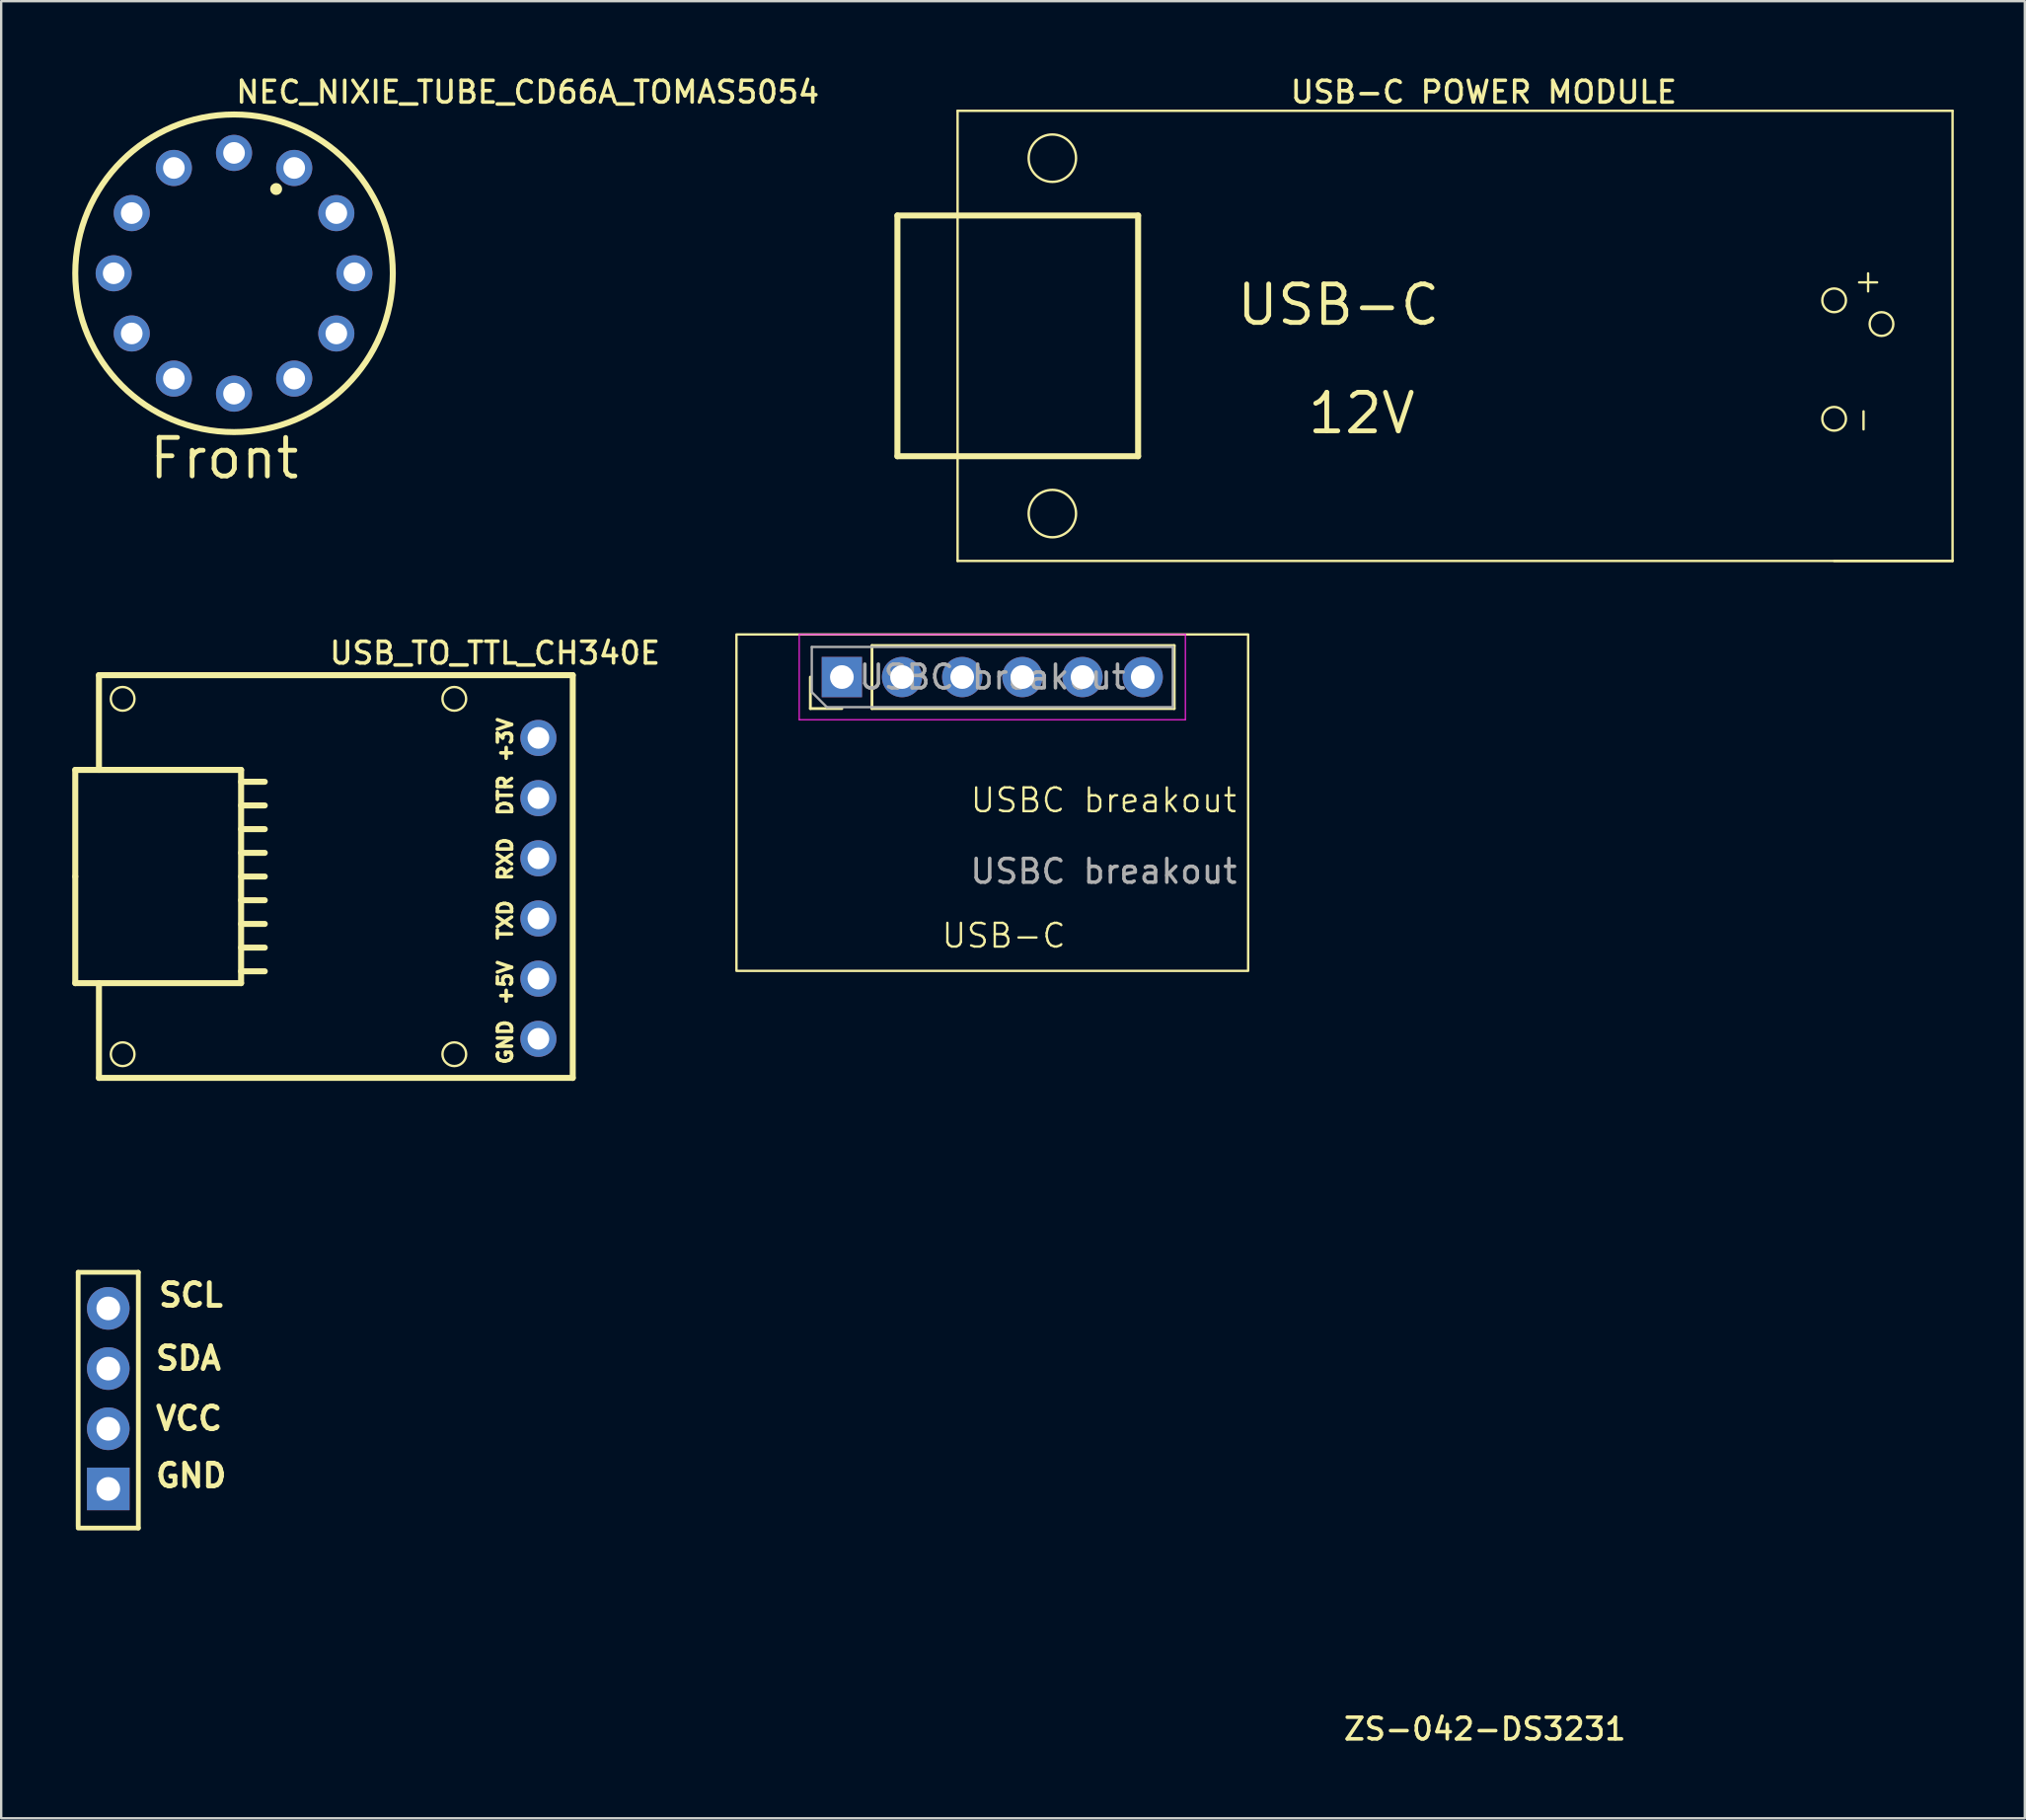
<source format=kicad_pcb>
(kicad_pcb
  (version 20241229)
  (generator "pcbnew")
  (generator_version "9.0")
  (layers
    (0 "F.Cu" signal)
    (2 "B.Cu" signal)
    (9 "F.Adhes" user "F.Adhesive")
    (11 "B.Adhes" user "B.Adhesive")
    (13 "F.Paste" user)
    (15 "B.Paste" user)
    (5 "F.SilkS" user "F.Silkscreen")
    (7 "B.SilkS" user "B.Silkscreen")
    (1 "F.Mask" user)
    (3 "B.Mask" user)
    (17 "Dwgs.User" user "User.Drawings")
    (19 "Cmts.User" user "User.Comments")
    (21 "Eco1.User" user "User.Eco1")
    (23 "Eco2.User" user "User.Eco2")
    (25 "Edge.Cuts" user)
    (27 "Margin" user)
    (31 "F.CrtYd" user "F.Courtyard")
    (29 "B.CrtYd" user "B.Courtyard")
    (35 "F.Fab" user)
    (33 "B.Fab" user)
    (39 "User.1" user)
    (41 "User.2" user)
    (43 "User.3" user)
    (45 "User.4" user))
  (footprint "USBC breakout"
    (layer "F.Cu")
    (at 43.537 31.226)
    (property "Reference" "USBC breakout" (at 0 -0.5 0) (unlocked yes) (layer "F.SilkS") (effects (font (size 1 1) (thickness 0.1))))
    (attr through_hole)
    (fp_line (start -12.38 -4.37) (end -12.38 -5.7) (stroke (width 0.12) (type solid)) (layer "F.SilkS"))
    (fp_line (start -11.05 -4.37) (end -12.38 -4.37) (stroke (width 0.12) (type solid)) (layer "F.SilkS"))
    (fp_line (start -9.78 -7.03) (end 2.98 -7.03) (stroke (width 0.12) (type solid)) (layer "F.SilkS"))
    (fp_line (start -9.78 -4.37) (end -9.78 -7.03) (stroke (width 0.12) (type solid)) (layer "F.SilkS"))
    (fp_line (start -9.78 -4.37) (end 2.98 -4.37) (stroke (width 0.12) (type solid)) (layer "F.SilkS"))
    (fp_line (start 2.98 -4.37) (end 2.98 -7.03) (stroke (width 0.12) (type solid)) (layer "F.SilkS"))
    (fp_rect (start -15.5 -7.5) (end 6.1 6.7) (stroke (width 0.1) (type default)) (fill no) (layer "F.SilkS"))
    (fp_line (start -12.85 -7.5) (end -12.85 -3.9) (stroke (width 0.05) (type solid)) (layer "F.CrtYd"))
    (fp_line (start -12.85 -3.9) (end 3.45 -3.9) (stroke (width 0.05) (type solid)) (layer "F.CrtYd"))
    (fp_line (start 3.45 -7.5) (end -12.85 -7.5) (stroke (width 0.05) (type solid)) (layer "F.CrtYd"))
    (fp_line (start 3.45 -3.9) (end 3.45 -7.5) (stroke (width 0.05) (type solid)) (layer "F.CrtYd"))
    (fp_line (start -12.32 -6.97) (end 2.92 -6.97) (stroke (width 0.1) (type solid)) (layer "F.Fab"))
    (fp_line (start -12.32 -5.065) (end -12.32 -6.97) (stroke (width 0.1) (type solid)) (layer "F.Fab"))
    (fp_line (start -11.685 -4.43) (end -12.32 -5.065) (stroke (width 0.1) (type solid)) (layer "F.Fab"))
    (fp_line (start 2.92 -6.97) (end 2.92 -4.43) (stroke (width 0.1) (type solid)) (layer "F.Fab"))
    (fp_line (start 2.92 -4.43) (end -11.685 -4.43) (stroke (width 0.1) (type solid)) (layer "F.Fab"))
    (fp_text user "USB-C" (at -6.9 5.8 0) (unlocked yes) (layer "F.SilkS") (effects (font (size 1 1) (thickness 0.1)) (justify left bottom)))
    (fp_text user "${REFERENCE}" (at -4.7 -5.7 180) (layer "F.Fab") (effects (font (size 1 1) (thickness 0.15))))
    (fp_text user "${REFERENCE}" (at 0 2.5 0) (unlocked yes) (layer "F.Fab") (effects (font (size 1 1) (thickness 0.15))))
    (pad "1" thru_hole rect (at -11.05 -5.7 90) (size 1.7 1.7) (drill 1) (layers "*.Cu" "*.Mask"))
    (pad "2" thru_hole oval (at -8.51 -5.7 90) (size 1.7 1.7) (drill 1) (layers "*.Cu" "*.Mask"))
    (pad "3" thru_hole oval (at -5.97 -5.7 90) (size 1.7 1.7) (drill 1) (layers "*.Cu" "*.Mask"))
    (pad "4" thru_hole oval (at -3.43 -5.7 90) (size 1.7 1.7) (drill 1) (layers "*.Cu" "*.Mask"))
    (pad "5" thru_hole oval (at -0.89 -5.7 90) (size 1.7 1.7) (drill 1) (layers "*.Cu" "*.Mask"))
    (pad "6" thru_hole oval (at 1.65 -5.7 90) (size 1.7 1.7) (drill 1) (layers "*.Cu" "*.Mask")))
  (footprint "ZS-042-DS3231"
    (layer "F.Cu")
    (at 0.25 45.822)
    (property "Reference" "ZS-042-DS3231" (at 53.34 24.638 0) (unlocked yes) (layer "F.SilkS") (effects (font (size 0.914 0.914) (thickness 0.152)) (justify left bottom)))
    (fp_line (start 0 15.557) (end 0 4.826) (stroke (width 0.201) (type default)) (layer "F.SilkS"))
    (fp_line (start 2.54 4.826) (end 0 4.826) (stroke (width 0.201) (type default)) (layer "F.SilkS"))
    (fp_line (start 2.54 15.621) (end 0 15.621) (stroke (width 0.201) (type default)) (layer "F.SilkS"))
    (fp_line (start 2.54 15.621) (end 2.54 4.826) (stroke (width 0.201) (type default)) (layer "F.SilkS"))
    (fp_text user "SDA" (at 3.175 9.017 0) (unlocked yes) (layer "F.SilkS") (effects (font (size 0.959 0.959) (thickness 0.203)) (justify left bottom)))
    (fp_text user "SCL" (at 3.302 6.35 0) (unlocked yes) (layer "F.SilkS") (effects (font (size 0.959 0.959) (thickness 0.203)) (justify left bottom)))
    (fp_text user "GND" (at 3.175 13.97 0) (unlocked yes) (layer "F.SilkS") (effects (font (size 0.959 0.959) (thickness 0.203)) (justify left bottom)))
    (fp_text user "VCC" (at 3.175 11.557 0) (unlocked yes) (layer "F.SilkS") (effects (font (size 0.959 0.959) (thickness 0.203)) (justify left bottom)))
    (pad "1" thru_hole oval (at 1.27 6.35 90) (size 1.8 1.8) (drill 1) (layers "*.Cu" "*.Mask"))
    (pad "2" thru_hole oval (at 1.27 8.89 90) (size 1.8 1.8) (drill 1) (layers "*.Cu" "*.Mask"))
    (pad "3" thru_hole oval (at 1.27 11.43 90) (size 1.8 1.8) (drill 1) (layers "*.Cu" "*.Mask"))
    (pad "4" thru_hole rect (at 1.27 13.97 90) (size 1.8 1.8) (drill 1) (layers "*.Cu" "*.Mask")))
  (footprint "NEC_NIXIE_TUBE_CD66A_TOMAS5054"
    (layer "F.Cu")
    (at 6.829 8.484)
    (property "Reference" "NEC_NIXIE_TUBE_CD66A_TOMAS5054" (at 0 -7.112 0) (unlocked yes) (layer "F.SilkS") (effects (font (size 0.914 0.914) (thickness 0.152)) (justify left bottom)))
    (fp_circle (center 0 0) (end 6.702 0) (stroke (width 0.254) (type default)) (fill no) (layer "F.SilkS"))
    (fp_circle (center 1.778 -3.556) (end 1.905 -3.556) (stroke (width 0.254) (type default)) (fill no) (layer "F.SilkS"))
    (fp_text user "Front" (at -3.683 8.763 0) (unlocked yes) (layer "F.SilkS") (effects (font (size 1.626 1.626) (thickness 0.203)) (justify left bottom)))
    (pad "(.)" thru_hole oval (at 4.318 -2.54 180) (size 1.524 1.524) (drill 0.914) (layers "*.Cu" "*.Mask"))
    (pad "0" thru_hole oval (at 0 -5.08 180) (size 1.524 1.524) (drill 0.914) (layers "*.Cu" "*.Mask"))
    (pad "1" thru_hole oval (at -2.54 -4.445 180) (size 1.524 1.524) (drill 0.914) (layers "*.Cu" "*.Mask"))
    (pad "2" thru_hole oval (at -4.318 -2.54 180) (size 1.524 1.524) (drill 0.914) (layers "*.Cu" "*.Mask"))
    (pad "3" thru_hole oval (at -5.08 0 180) (size 1.524 1.524) (drill 0.914) (layers "*.Cu" "*.Mask"))
    (pad "4" thru_hole oval (at -4.318 2.54 180) (size 1.524 1.524) (drill 0.914) (layers "*.Cu" "*.Mask"))
    (pad "5" thru_hole oval (at -2.54 4.445 180) (size 1.524 1.524) (drill 0.914) (layers "*.Cu" "*.Mask"))
    (pad "6" thru_hole oval (at 0 5.08 180) (size 1.524 1.524) (drill 0.914) (layers "*.Cu" "*.Mask"))
    (pad "7" thru_hole oval (at 2.54 4.445 180) (size 1.524 1.524) (drill 0.914) (layers "*.Cu" "*.Mask"))
    (pad "8" thru_hole oval (at 4.318 2.54 180) (size 1.524 1.524) (drill 0.914) (layers "*.Cu" "*.Mask"))
    (pad "9" thru_hole oval (at 5.08 0 180) (size 1.524 1.524) (drill 0.914) (layers "*.Cu" "*.Mask"))
    (pad "A" thru_hole oval (at 2.54 -4.445 180) (size 1.524 1.524) (drill 0.914) (layers "*.Cu" "*.Mask")))
  (footprint "USB_TO_TTL_CH340E"
    (layer "F.Cu")
    (at 1.127 34.445)
    (property "Reference" "USB_TO_TTL_CH340E" (at 9.652 -9.398 0) (unlocked yes) (layer "F.SilkS") (effects (font (size 0.914 0.914) (thickness 0.152)) (justify left bottom)))
    (fp_line (start -1 -5) (end 6 -5) (stroke (width 0.254) (type default)) (layer "F.SilkS"))
    (fp_line (start -1 -0.5) (end -1 -5) (stroke (width 0.254) (type default)) (layer "F.SilkS"))
    (fp_line (start -1 4) (end -1 -0.5) (stroke (width 0.254) (type default)) (layer "F.SilkS"))
    (fp_line (start 0 -8.999) (end 20 -8.999) (stroke (width 0.254) (type default)) (layer "F.SilkS"))
    (fp_line (start 0 -5) (end 0 -8.999) (stroke (width 0.254) (type default)) (layer "F.SilkS"))
    (fp_line (start 0 8) (end 0 4) (stroke (width 0.254) (type default)) (layer "F.SilkS"))
    (fp_line (start 6 -5) (end 6 4) (stroke (width 0.254) (type default)) (layer "F.SilkS"))
    (fp_line (start 6 4) (end -1 4) (stroke (width 0.254) (type default)) (layer "F.SilkS"))
    (fp_line (start 7 -4.5) (end 6 -4.5) (stroke (width 0.254) (type default)) (layer "F.SilkS"))
    (fp_line (start 7 -3.5) (end 6 -3.5) (stroke (width 0.254) (type default)) (layer "F.SilkS"))
    (fp_line (start 7 -2.5) (end 6 -2.5) (stroke (width 0.254) (type default)) (layer "F.SilkS"))
    (fp_line (start 7 -1.5) (end 6 -1.5) (stroke (width 0.254) (type default)) (layer "F.SilkS"))
    (fp_line (start 7 -0.5) (end 6 -0.5) (stroke (width 0.254) (type default)) (layer "F.SilkS"))
    (fp_line (start 7 0.5) (end 6 0.5) (stroke (width 0.254) (type default)) (layer "F.SilkS"))
    (fp_line (start 7 1.5) (end 6 1.5) (stroke (width 0.254) (type default)) (layer "F.SilkS"))
    (fp_line (start 7 2.5) (end 6 2.5) (stroke (width 0.254) (type default)) (layer "F.SilkS"))
    (fp_line (start 7 3.5) (end 6 3.5) (stroke (width 0.254) (type default)) (layer "F.SilkS"))
    (fp_line (start 20 7.999) (end 0 7.999) (stroke (width 0.254) (type default)) (layer "F.SilkS"))
    (fp_line (start 20 -8.999) (end 20 8) (stroke (width 0.254) (type default)) (layer "F.SilkS"))
    (fp_circle (center 1 -8) (end 0.5 -8) (stroke (width 0.1) (type default)) (fill no) (layer "F.SilkS"))
    (fp_circle (center 1 7) (end 1.5 7) (stroke (width 0.1) (type default)) (fill no) (layer "F.SilkS"))
    (fp_circle (center 15 -8) (end 14.5 -8) (stroke (width 0.1) (type default)) (fill no) (layer "F.SilkS"))
    (fp_circle (center 15 7) (end 15.5 7) (stroke (width 0.1) (type default)) (fill no) (layer "F.SilkS"))
    (fp_text user "GND" (at 17.5 7.5 90) (unlocked yes) (layer "F.SilkS") (effects (font (size 0.6 0.6) (thickness 0.15)) (justify left bottom)))
    (fp_text user "+5V" (at 17.5 5 90) (unlocked yes) (layer "F.SilkS") (effects (font (size 0.6 0.6) (thickness 0.15)) (justify left bottom)))
    (fp_text user "TXD" (at 17.5 2.25 90) (unlocked yes) (layer "F.SilkS") (effects (font (size 0.6 0.6) (thickness 0.15)) (justify left bottom)))
    (fp_text user "DTR" (at 17.5 -3 90) (unlocked yes) (layer "F.SilkS") (effects (font (size 0.6 0.6) (thickness 0.15)) (justify left bottom)))
    (fp_text user "RXD" (at 17.5 -0.25 90) (unlocked yes) (layer "F.SilkS") (effects (font (size 0.6 0.6) (thickness 0.15)) (justify left bottom)))
    (fp_text user "+3V" (at 17.5 -5.25 90) (unlocked yes) (layer "F.SilkS") (effects (font (size 0.6 0.6) (thickness 0.15)) (justify left bottom)))
    (pad "1" thru_hole oval (at 18.55 -6.35) (size 1.524 1.524) (drill 0.914) (layers "*.Cu" "*.Mask"))
    (pad "2" thru_hole oval (at 18.55 -3.81) (size 1.524 1.524) (drill 0.914) (layers "*.Cu" "*.Mask"))
    (pad "3" thru_hole oval (at 18.55 -1.27) (size 1.524 1.524) (drill 0.914) (layers "*.Cu" "*.Mask"))
    (pad "4" thru_hole oval (at 18.55 1.27) (size 1.524 1.524) (drill 0.914) (layers "*.Cu" "*.Mask"))
    (pad "5" thru_hole oval (at 18.55 3.81) (size 1.524 1.524) (drill 0.914) (layers "*.Cu" "*.Mask"))
    (pad "6" thru_hole oval (at 18.55 6.35) (size 1.524 1.524) (drill 0.914) (layers "*.Cu" "*.Mask")))
  (footprint "USB-C POWER MODULE"
    (layer "F.Cu")
    (at 37.372 1.626)
    (property "Reference" "USB-C POWER MODULE" (at 13.97 -0.254 0) (unlocked yes) (layer "F.SilkS") (effects (font (size 0.914 0.914) (thickness 0.152)) (justify left bottom)))
    (fp_line (start -2.54 4.42) (end 7.62 4.42) (stroke (width 0.254) (type default)) (layer "F.SilkS"))
    (fp_line (start -2.54 14.58) (end -2.54 4.42) (stroke (width 0.254) (type default)) (layer "F.SilkS"))
    (fp_line (start 0 0) (end 42 0) (stroke (width 0.1) (type default)) (layer "F.SilkS"))
    (fp_line (start 0 19) (end 0 0) (stroke (width 0.1) (type default)) (layer "F.SilkS"))
    (fp_line (start 7.62 4.42) (end 7.62 14.58) (stroke (width 0.254) (type default)) (layer "F.SilkS"))
    (fp_line (start 7.62 14.58) (end -2.54 14.58) (stroke (width 0.254) (type default)) (layer "F.SilkS"))
    (fp_line (start 42 0) (end 42 19) (stroke (width 0.1) (type default)) (layer "F.SilkS"))
    (fp_line (start 42 19) (end 0 19) (stroke (width 0.1) (type default)) (layer "F.SilkS"))
    (fp_line (start 42 19) (end 37 19) (stroke (width 0.1) (type default)) (layer "F.SilkS"))
    (fp_circle (center 4 2) (end 3 2) (stroke (width 0.1) (type default)) (fill no) (layer "F.SilkS"))
    (fp_circle (center 4 17) (end 5 17) (stroke (width 0.1) (type default)) (fill no) (layer "F.SilkS"))
    (fp_circle (center 37 8) (end 37 7.5) (stroke (width 0.1) (type default)) (fill no) (layer "F.SilkS"))
    (fp_circle (center 37 13) (end 37 12.5) (stroke (width 0.1) (type default)) (fill no) (layer "F.SilkS"))
    (fp_circle (center 39 9) (end 39.5 9) (stroke (width 0.1) (type default)) (fill no) (layer "F.SilkS"))
    (fp_text user "12V" (at 14.676 13.716 0) (unlocked yes) (layer "F.SilkS") (effects (font (size 1.626 1.626) (thickness 0.203)) (justify left bottom)))
    (fp_text user "-" (at 38.75 13.75 90) (unlocked yes) (layer "F.SilkS") (effects (font (size 1 1) (thickness 0.1)) (justify left bottom)))
    (fp_text user "+" (at 37.75 7.75 0) (unlocked yes) (layer "F.SilkS") (effects (font (size 1 1) (thickness 0.1)) (justify left bottom)))
    (fp_text user "USB-C" (at 11.684 9.144 0) (unlocked yes) (layer "F.SilkS") (effects (font (size 1.626 1.626) (thickness 0.203)) (justify left bottom))))
  (gr_rect
    (start -3 -3)
    (end 82.422 73.693)
    (stroke (width 0.1) (type default))
    (fill no)
    (layer "Edge.Cuts")))
</source>
